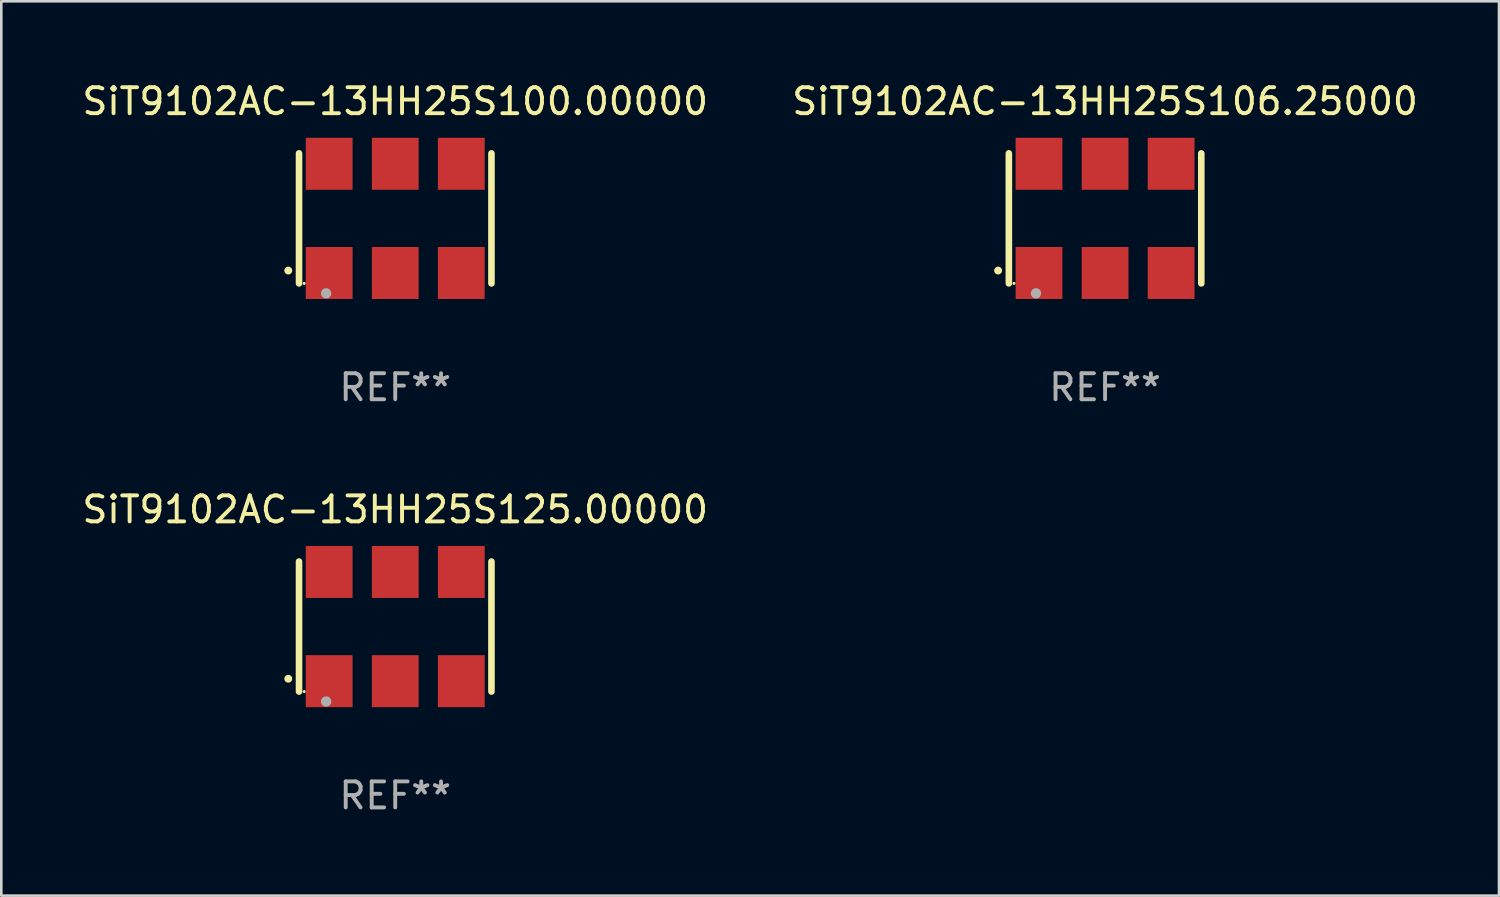
<source format=kicad_pcb>
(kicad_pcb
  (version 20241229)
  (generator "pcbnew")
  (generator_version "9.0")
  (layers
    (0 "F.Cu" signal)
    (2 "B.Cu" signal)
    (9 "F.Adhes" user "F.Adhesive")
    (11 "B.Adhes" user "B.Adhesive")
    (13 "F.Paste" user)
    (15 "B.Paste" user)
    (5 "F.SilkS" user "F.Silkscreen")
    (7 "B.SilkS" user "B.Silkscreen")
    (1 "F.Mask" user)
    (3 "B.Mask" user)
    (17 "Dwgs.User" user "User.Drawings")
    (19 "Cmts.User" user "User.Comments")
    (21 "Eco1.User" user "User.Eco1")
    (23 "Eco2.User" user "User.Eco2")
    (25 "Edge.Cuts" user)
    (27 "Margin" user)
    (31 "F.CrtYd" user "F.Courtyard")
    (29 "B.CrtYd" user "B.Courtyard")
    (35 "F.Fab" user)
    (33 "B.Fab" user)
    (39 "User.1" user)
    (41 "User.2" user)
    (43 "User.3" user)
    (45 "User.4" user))
  (footprint "SiT9102AC-13HH25S125.00000"
    (layer "F.Cu")
    (at 12.149 21.045)
    (property "Reference" "SiT9102AC-13HH25S125.00000" (at 0 -4.5 0) (layer "F.SilkS") (effects (font (size 1 1) (thickness 0.15))))
    (attr through_hole)
    (fp_line (start -3.7 -2.5) (end -3.7 2.5) (stroke (width 0.254) (type solid)) (layer "F.SilkS"))
    (fp_line (start 3.7 -2.5) (end 3.7 2.5) (stroke (width 0.254) (type solid)) (layer "F.SilkS"))
    (fp_arc (start -4.114415 2.006604) (mid -4.113145 2.006599) (end -4.111875 2.006604) (stroke (width 0.3) (type solid)) (layer "F.SilkS"))
    (fp_circle (center -3.502 2.5) (end -3.472 2.5) (stroke (width 0.06) (type solid)) (fill no) (layer "F.SilkS"))
    (fp_circle (center -2.657 2.882) (end -2.557 2.882) (stroke (width 0.2) (type solid)) (fill no) (layer "F.Fab"))
    (fp_text user "REF**" (at 0 6.5 0) (layer "F.Fab") (effects (font (size 1 1) (thickness 0.15))))
    (pad "1" smd rect (at -2.54 2.1) (size 1.8 2) (layers "F.Cu" "F.Mask" "F.Paste"))
    (pad "2" smd rect (at 0.000394 2.1) (size 1.8 2) (layers "F.Cu" "F.Mask" "F.Paste"))
    (pad "3" smd rect (at 2.54 2.1) (size 1.8 2) (layers "F.Cu" "F.Mask" "F.Paste"))
    (pad "4" smd rect (at 2.54 -2.1) (size 1.8 2) (layers "F.Cu" "F.Mask" "F.Paste"))
    (pad "5" smd rect (at 0.000394 -2.1) (size 1.8 2) (layers "F.Cu" "F.Mask" "F.Paste"))
    (pad "6" smd rect (at -2.54 -2.1) (size 1.8 2) (layers "F.Cu" "F.Mask" "F.Paste")))
  (footprint "SiT9102AC-13HH25S106.25000"
    (layer "F.Cu")
    (at 39.446 5.348)
    (property "Reference" "SiT9102AC-13HH25S106.25000" (at 0 -4.5 0) (layer "F.SilkS") (effects (font (size 1 1) (thickness 0.15))))
    (attr through_hole)
    (fp_line (start -3.7 -2.5) (end -3.7 2.5) (stroke (width 0.254) (type solid)) (layer "F.SilkS"))
    (fp_line (start 3.7 -2.5) (end 3.7 2.5) (stroke (width 0.254) (type solid)) (layer "F.SilkS"))
    (fp_arc (start -4.114415 2.006604) (mid -4.113145 2.006599) (end -4.111875 2.006604) (stroke (width 0.3) (type solid)) (layer "F.SilkS"))
    (fp_circle (center -3.502 2.5) (end -3.472 2.5) (stroke (width 0.06) (type solid)) (fill no) (layer "F.SilkS"))
    (fp_circle (center -2.657 2.882) (end -2.557 2.882) (stroke (width 0.2) (type solid)) (fill no) (layer "F.Fab"))
    (fp_text user "REF**" (at 0 6.5 0) (layer "F.Fab") (effects (font (size 1 1) (thickness 0.15))))
    (pad "1" smd rect (at -2.54 2.1) (size 1.8 2) (layers "F.Cu" "F.Mask" "F.Paste"))
    (pad "2" smd rect (at 0.000394 2.1) (size 1.8 2) (layers "F.Cu" "F.Mask" "F.Paste"))
    (pad "3" smd rect (at 2.54 2.1) (size 1.8 2) (layers "F.Cu" "F.Mask" "F.Paste"))
    (pad "4" smd rect (at 2.54 -2.1) (size 1.8 2) (layers "F.Cu" "F.Mask" "F.Paste"))
    (pad "5" smd rect (at 0.000394 -2.1) (size 1.8 2) (layers "F.Cu" "F.Mask" "F.Paste"))
    (pad "6" smd rect (at -2.54 -2.1) (size 1.8 2) (layers "F.Cu" "F.Mask" "F.Paste")))
  (footprint "SiT9102AC-13HH25S100.00000"
    (layer "F.Cu")
    (at 12.149 5.348)
    (property "Reference" "SiT9102AC-13HH25S100.00000" (at 0 -4.5 0) (layer "F.SilkS") (effects (font (size 1 1) (thickness 0.15))))
    (attr through_hole)
    (fp_line (start -3.7 -2.5) (end -3.7 2.5) (stroke (width 0.254) (type solid)) (layer "F.SilkS"))
    (fp_line (start 3.7 -2.5) (end 3.7 2.5) (stroke (width 0.254) (type solid)) (layer "F.SilkS"))
    (fp_arc (start -4.114415 2.006604) (mid -4.113145 2.006599) (end -4.111875 2.006604) (stroke (width 0.3) (type solid)) (layer "F.SilkS"))
    (fp_circle (center -3.502 2.5) (end -3.472 2.5) (stroke (width 0.06) (type solid)) (fill no) (layer "F.SilkS"))
    (fp_circle (center -2.657 2.882) (end -2.557 2.882) (stroke (width 0.2) (type solid)) (fill no) (layer "F.Fab"))
    (fp_text user "REF**" (at 0 6.5 0) (layer "F.Fab") (effects (font (size 1 1) (thickness 0.15))))
    (pad "1" smd rect (at -2.54 2.1) (size 1.8 2) (layers "F.Cu" "F.Mask" "F.Paste"))
    (pad "2" smd rect (at 0.000394 2.1) (size 1.8 2) (layers "F.Cu" "F.Mask" "F.Paste"))
    (pad "3" smd rect (at 2.54 2.1) (size 1.8 2) (layers "F.Cu" "F.Mask" "F.Paste"))
    (pad "4" smd rect (at 2.54 -2.1) (size 1.8 2) (layers "F.Cu" "F.Mask" "F.Paste"))
    (pad "5" smd rect (at 0.000394 -2.1) (size 1.8 2) (layers "F.Cu" "F.Mask" "F.Paste"))
    (pad "6" smd rect (at -2.54 -2.1) (size 1.8 2) (layers "F.Cu" "F.Mask" "F.Paste")))
  (gr_rect
    (start -3 -3)
    (end 54.595 31.393)
    (stroke (width 0.1) (type default))
    (fill no)
    (layer "Edge.Cuts")))
</source>
